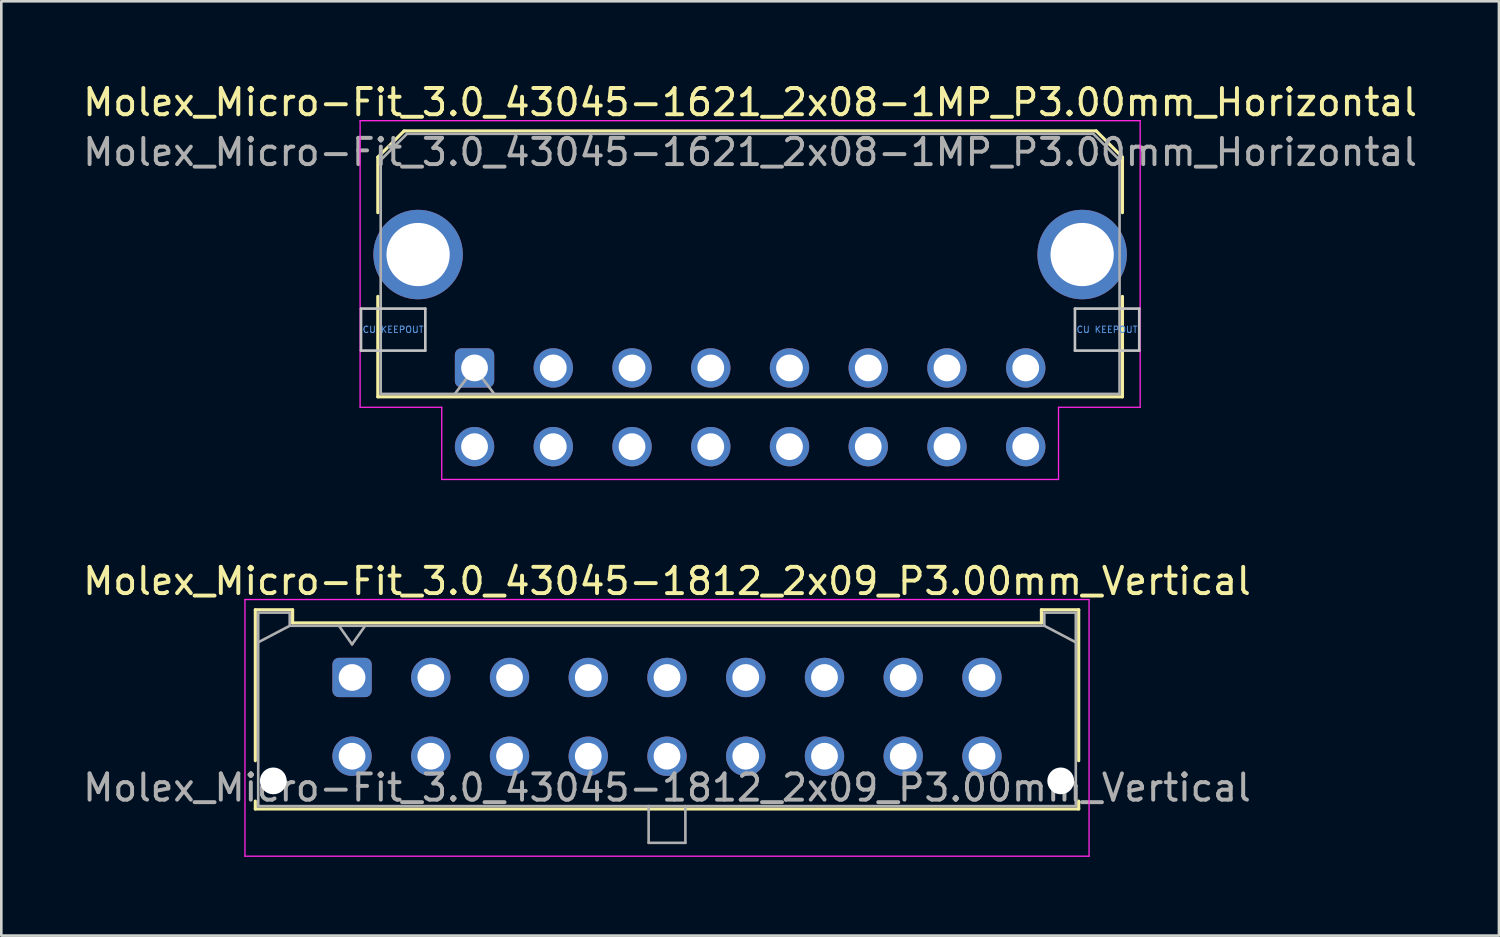
<source format=kicad_pcb>
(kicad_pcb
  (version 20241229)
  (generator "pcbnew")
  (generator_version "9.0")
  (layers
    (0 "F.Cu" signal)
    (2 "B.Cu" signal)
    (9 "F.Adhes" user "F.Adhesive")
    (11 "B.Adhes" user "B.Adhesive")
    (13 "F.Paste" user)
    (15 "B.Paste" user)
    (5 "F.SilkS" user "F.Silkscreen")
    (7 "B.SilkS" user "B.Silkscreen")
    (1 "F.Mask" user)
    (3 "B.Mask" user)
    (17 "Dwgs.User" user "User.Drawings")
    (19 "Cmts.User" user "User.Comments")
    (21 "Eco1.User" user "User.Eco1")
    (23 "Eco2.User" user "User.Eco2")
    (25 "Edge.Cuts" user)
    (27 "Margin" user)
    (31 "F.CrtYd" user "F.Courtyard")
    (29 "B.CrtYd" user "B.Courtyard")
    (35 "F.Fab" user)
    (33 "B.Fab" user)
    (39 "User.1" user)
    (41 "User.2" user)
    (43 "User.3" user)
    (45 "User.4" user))
  (footprint "Molex_Micro-Fit_3.0_43045-1812_2x09_P3.00mm_Vertical"
    (layer "F.Cu")
    (at 10.363 22.762)
    (property "Reference" "Molex_Micro-Fit_3.0_43045-1812_2x09_P3.00mm_Vertical" (at 12 -3.67 0) (layer "F.SilkS") (effects (font (size 1 1) (thickness 0.15))))
    (attr through_hole)
    (fp_line (start -3.685 -2.58) (end -2.265 -2.58) (stroke (width 0.12) (type solid)) (layer "F.SilkS"))
    (fp_line (start -3.685 3.17) (end -3.685 -2.58) (stroke (width 0.12) (type solid)) (layer "F.SilkS"))
    (fp_line (start -3.685 4.71) (end -3.685 5.01) (stroke (width 0.12) (type solid)) (layer "F.SilkS"))
    (fp_line (start -3.685 5.01) (end 27.685 5.01) (stroke (width 0.12) (type solid)) (layer "F.SilkS"))
    (fp_line (start -2.265 -2.58) (end -2.265 -2.08) (stroke (width 0.12) (type solid)) (layer "F.SilkS"))
    (fp_line (start -2.265 -2.08) (end 26.265 -2.08) (stroke (width 0.12) (type solid)) (layer "F.SilkS"))
    (fp_line (start 26.265 -2.58) (end 27.685 -2.58) (stroke (width 0.12) (type solid)) (layer "F.SilkS"))
    (fp_line (start 26.265 -2.08) (end 26.265 -2.58) (stroke (width 0.12) (type solid)) (layer "F.SilkS"))
    (fp_line (start 27.685 -2.58) (end 27.685 3.17) (stroke (width 0.12) (type solid)) (layer "F.SilkS"))
    (fp_line (start 27.685 5.01) (end 27.685 4.71) (stroke (width 0.12) (type solid)) (layer "F.SilkS"))
    (fp_line (start -4.08 -2.97) (end 28.08 -2.97) (stroke (width 0.05) (type solid)) (layer "F.CrtYd"))
    (fp_line (start -4.08 6.81) (end -4.08 -2.97) (stroke (width 0.05) (type solid)) (layer "F.CrtYd"))
    (fp_line (start 28.08 -2.97) (end 28.08 6.81) (stroke (width 0.05) (type solid)) (layer "F.CrtYd"))
    (fp_line (start 28.08 6.81) (end -4.08 6.81) (stroke (width 0.05) (type solid)) (layer "F.CrtYd"))
    (fp_line (start -3.575 -2.47) (end -3.575 4.9) (stroke (width 0.1) (type solid)) (layer "F.Fab"))
    (fp_line (start -3.575 -1.34) (end -2.375 -1.97) (stroke (width 0.1) (type solid)) (layer "F.Fab"))
    (fp_line (start -3.575 4.9) (end 27.575 4.9) (stroke (width 0.1) (type solid)) (layer "F.Fab"))
    (fp_line (start -2.375 -2.47) (end -3.575 -2.47) (stroke (width 0.1) (type solid)) (layer "F.Fab"))
    (fp_line (start -2.375 -1.97) (end -2.375 -2.47) (stroke (width 0.1) (type solid)) (layer "F.Fab"))
    (fp_line (start -0.5 -1.97) (end 0 -1.263) (stroke (width 0.1) (type solid)) (layer "F.Fab"))
    (fp_line (start 0 -1.263) (end 0.5 -1.97) (stroke (width 0.1) (type solid)) (layer "F.Fab"))
    (fp_line (start 11.3 4.9) (end 11.3 6.3) (stroke (width 0.1) (type solid)) (layer "F.Fab"))
    (fp_line (start 11.3 6.3) (end 12.7 6.3) (stroke (width 0.1) (type solid)) (layer "F.Fab"))
    (fp_line (start 12.7 6.3) (end 12.7 4.9) (stroke (width 0.1) (type solid)) (layer "F.Fab"))
    (fp_line (start 26.375 -2.47) (end 26.375 -1.97) (stroke (width 0.1) (type solid)) (layer "F.Fab"))
    (fp_line (start 26.375 -1.97) (end -2.375 -1.97) (stroke (width 0.1) (type solid)) (layer "F.Fab"))
    (fp_line (start 27.575 -2.47) (end 26.375 -2.47) (stroke (width 0.1) (type solid)) (layer "F.Fab"))
    (fp_line (start 27.575 -1.34) (end 26.375 -1.97) (stroke (width 0.1) (type solid)) (layer "F.Fab"))
    (fp_line (start 27.575 4.9) (end 27.575 -2.47) (stroke (width 0.1) (type solid)) (layer "F.Fab"))
    (fp_text user "${REFERENCE}" (at 12 4.2 0) (layer "F.Fab") (effects (font (size 1 1) (thickness 0.15))))
    (pad "" np_thru_hole circle (at -3 3.94) (size 1.02 1.02) (drill 1.02) (layers "*.Cu" "*.Mask"))
    (pad "" np_thru_hole circle (at 27 3.94) (size 1.02 1.02) (drill 1.02) (layers "*.Cu" "*.Mask"))
    (pad "1" thru_hole roundrect (at 0 0) (size 1.5 1.5) (drill 1.02) (layers "*.Cu" "*.Mask") (roundrect_rratio 0.167))
    (pad "2" thru_hole circle (at 3 0) (size 1.5 1.5) (drill 1.02) (layers "*.Cu" "*.Mask"))
    (pad "3" thru_hole circle (at 6 0) (size 1.5 1.5) (drill 1.02) (layers "*.Cu" "*.Mask"))
    (pad "4" thru_hole circle (at 9 0) (size 1.5 1.5) (drill 1.02) (layers "*.Cu" "*.Mask"))
    (pad "5" thru_hole circle (at 12 0) (size 1.5 1.5) (drill 1.02) (layers "*.Cu" "*.Mask"))
    (pad "6" thru_hole circle (at 15 0) (size 1.5 1.5) (drill 1.02) (layers "*.Cu" "*.Mask"))
    (pad "7" thru_hole circle (at 18 0) (size 1.5 1.5) (drill 1.02) (layers "*.Cu" "*.Mask"))
    (pad "8" thru_hole circle (at 21 0) (size 1.5 1.5) (drill 1.02) (layers "*.Cu" "*.Mask"))
    (pad "9" thru_hole circle (at 24 0) (size 1.5 1.5) (drill 1.02) (layers "*.Cu" "*.Mask"))
    (pad "10" thru_hole circle (at 0 3) (size 1.5 1.5) (drill 1.02) (layers "*.Cu" "*.Mask"))
    (pad "11" thru_hole circle (at 3 3) (size 1.5 1.5) (drill 1.02) (layers "*.Cu" "*.Mask"))
    (pad "12" thru_hole circle (at 6 3) (size 1.5 1.5) (drill 1.02) (layers "*.Cu" "*.Mask"))
    (pad "13" thru_hole circle (at 9 3) (size 1.5 1.5) (drill 1.02) (layers "*.Cu" "*.Mask"))
    (pad "14" thru_hole circle (at 12 3) (size 1.5 1.5) (drill 1.02) (layers "*.Cu" "*.Mask"))
    (pad "15" thru_hole circle (at 15 3) (size 1.5 1.5) (drill 1.02) (layers "*.Cu" "*.Mask"))
    (pad "16" thru_hole circle (at 18 3) (size 1.5 1.5) (drill 1.02) (layers "*.Cu" "*.Mask"))
    (pad "17" thru_hole circle (at 21 3) (size 1.5 1.5) (drill 1.02) (layers "*.Cu" "*.Mask"))
    (pad "18" thru_hole circle (at 24 3) (size 1.5 1.5) (drill 1.02) (layers "*.Cu" "*.Mask")))
  (footprint "Molex_Micro-Fit_3.0_43045-1621_2x08-1MP_P3.00mm_Horizontal"
    (layer "F.Cu")
    (at 15.03 10.968)
    (property "Reference" "Molex_Micro-Fit_3.0_43045-1621_2x08-1MP_P3.00mm_Horizontal" (at 10.5 -10.12 0) (layer "F.SilkS") (effects (font (size 1 1) (thickness 0.15))))
    (attr through_hole)
    (fp_line (start -3.685 -8.03) (end -2.685 -9.03) (stroke (width 0.12) (type solid)) (layer "F.SilkS"))
    (fp_line (start -3.685 -5.915) (end -3.685 -8.03) (stroke (width 0.12) (type solid)) (layer "F.SilkS"))
    (fp_line (start -3.685 -2.725) (end -3.685 1.1) (stroke (width 0.12) (type solid)) (layer "F.SilkS"))
    (fp_line (start -3.685 1.1) (end 24.685 1.1) (stroke (width 0.12) (type solid)) (layer "F.SilkS"))
    (fp_line (start -2.685 -9.03) (end 23.685 -9.03) (stroke (width 0.12) (type solid)) (layer "F.SilkS"))
    (fp_line (start 23.685 -9.03) (end 24.685 -8.03) (stroke (width 0.12) (type solid)) (layer "F.SilkS"))
    (fp_line (start 24.685 -8.03) (end 24.685 -5.915) (stroke (width 0.12) (type solid)) (layer "F.SilkS"))
    (fp_line (start 24.685 1.1) (end 24.685 -2.725) (stroke (width 0.12) (type solid)) (layer "F.SilkS"))
    (fp_line (start -4.325 -2.26) (end -4.325 -0.66) (stroke (width 0.1) (type solid)) (layer "Dwgs.User"))
    (fp_line (start -4.325 -0.66) (end -1.875 -0.66) (stroke (width 0.1) (type solid)) (layer "Dwgs.User"))
    (fp_line (start -1.875 -2.26) (end -4.325 -2.26) (stroke (width 0.1) (type solid)) (layer "Dwgs.User"))
    (fp_line (start -1.875 -0.66) (end -1.875 -2.26) (stroke (width 0.1) (type solid)) (layer "Dwgs.User"))
    (fp_line (start 22.875 -2.26) (end 22.875 -0.66) (stroke (width 0.1) (type solid)) (layer "Dwgs.User"))
    (fp_line (start 22.875 -0.66) (end 25.325 -0.66) (stroke (width 0.1) (type solid)) (layer "Dwgs.User"))
    (fp_line (start 25.325 -2.26) (end 22.875 -2.26) (stroke (width 0.1) (type solid)) (layer "Dwgs.User"))
    (fp_line (start 25.325 -0.66) (end 25.325 -2.26) (stroke (width 0.1) (type solid)) (layer "Dwgs.User"))
    (fp_line (start -4.36 -9.42) (end 25.36 -9.42) (stroke (width 0.05) (type solid)) (layer "F.CrtYd"))
    (fp_line (start -4.36 1.5) (end -4.36 -9.42) (stroke (width 0.05) (type solid)) (layer "F.CrtYd"))
    (fp_line (start -1.25 1.5) (end -4.36 1.5) (stroke (width 0.05) (type solid)) (layer "F.CrtYd"))
    (fp_line (start -1.25 4.25) (end -1.25 1.5) (stroke (width 0.05) (type solid)) (layer "F.CrtYd"))
    (fp_line (start 22.25 1.5) (end 22.25 4.25) (stroke (width 0.05) (type solid)) (layer "F.CrtYd"))
    (fp_line (start 22.25 4.25) (end -1.25 4.25) (stroke (width 0.05) (type solid)) (layer "F.CrtYd"))
    (fp_line (start 25.36 -9.42) (end 25.36 1.5) (stroke (width 0.05) (type solid)) (layer "F.CrtYd"))
    (fp_line (start 25.36 1.5) (end 22.25 1.5) (stroke (width 0.05) (type solid)) (layer "F.CrtYd"))
    (fp_line (start -3.575 -7.92) (end -2.575 -8.92) (stroke (width 0.1) (type solid)) (layer "F.Fab"))
    (fp_line (start -3.575 0.99) (end -3.575 -7.92) (stroke (width 0.1) (type solid)) (layer "F.Fab"))
    (fp_line (start -2.575 -8.92) (end 23.575 -8.92) (stroke (width 0.1) (type solid)) (layer "F.Fab"))
    (fp_line (start -0.75 0.99) (end 0 0) (stroke (width 0.1) (type solid)) (layer "F.Fab"))
    (fp_line (start 0 0) (end 0.75 0.99) (stroke (width 0.1) (type solid)) (layer "F.Fab"))
    (fp_line (start 23.575 -8.92) (end 24.575 -7.92) (stroke (width 0.1) (type solid)) (layer "F.Fab"))
    (fp_line (start 24.575 -7.92) (end 24.575 0.99) (stroke (width 0.1) (type solid)) (layer "F.Fab"))
    (fp_line (start 24.575 0.99) (end -3.575 0.99) (stroke (width 0.1) (type solid)) (layer "F.Fab"))
    (fp_text user "CU KEEPOUT" (at -3.1 -1.46 0) (layer "Cmts.User") (effects (font (size 0.245 0.245) (thickness 0.037))))
    (fp_text user "CU KEEPOUT" (at 24.1 -1.46 0) (layer "Cmts.User") (effects (font (size 0.245 0.245) (thickness 0.037))))
    (fp_text user "${REFERENCE}" (at 10.5 -8.22 0) (layer "F.Fab") (effects (font (size 1 1) (thickness 0.15))))
    (pad "1" thru_hole roundrect (at 0 0) (size 1.5 1.5) (drill 1.02) (layers "*.Cu" "*.Mask") (roundrect_rratio 0.167))
    (pad "2" thru_hole circle (at 3 0) (size 1.5 1.5) (drill 1.02) (layers "*.Cu" "*.Mask"))
    (pad "3" thru_hole circle (at 6 0) (size 1.5 1.5) (drill 1.02) (layers "*.Cu" "*.Mask"))
    (pad "4" thru_hole circle (at 9 0) (size 1.5 1.5) (drill 1.02) (layers "*.Cu" "*.Mask"))
    (pad "5" thru_hole circle (at 12 0) (size 1.5 1.5) (drill 1.02) (layers "*.Cu" "*.Mask"))
    (pad "6" thru_hole circle (at 15 0) (size 1.5 1.5) (drill 1.02) (layers "*.Cu" "*.Mask"))
    (pad "7" thru_hole circle (at 18 0) (size 1.5 1.5) (drill 1.02) (layers "*.Cu" "*.Mask"))
    (pad "8" thru_hole circle (at 21 0) (size 1.5 1.5) (drill 1.02) (layers "*.Cu" "*.Mask"))
    (pad "9" thru_hole circle (at 0 3) (size 1.5 1.5) (drill 1.02) (layers "*.Cu" "*.Mask"))
    (pad "10" thru_hole circle (at 3 3) (size 1.5 1.5) (drill 1.02) (layers "*.Cu" "*.Mask"))
    (pad "11" thru_hole circle (at 6 3) (size 1.5 1.5) (drill 1.02) (layers "*.Cu" "*.Mask"))
    (pad "12" thru_hole circle (at 9 3) (size 1.5 1.5) (drill 1.02) (layers "*.Cu" "*.Mask"))
    (pad "13" thru_hole circle (at 12 3) (size 1.5 1.5) (drill 1.02) (layers "*.Cu" "*.Mask"))
    (pad "14" thru_hole circle (at 15 3) (size 1.5 1.5) (drill 1.02) (layers "*.Cu" "*.Mask"))
    (pad "15" thru_hole circle (at 18 3) (size 1.5 1.5) (drill 1.02) (layers "*.Cu" "*.Mask"))
    (pad "16" thru_hole circle (at 21 3) (size 1.5 1.5) (drill 1.02) (layers "*.Cu" "*.Mask"))
    (pad "MP" thru_hole circle (at -2.15 -4.32) (size 3.41 3.41) (drill 2.41) (layers "*.Cu" "*.Mask"))
    (pad "MP" thru_hole circle (at 23.15 -4.32) (size 3.41 3.41) (drill 2.41) (layers "*.Cu" "*.Mask")))
  (gr_rect
    (start -3 -3)
    (end 54.06 32.596)
    (stroke (width 0.1) (type default))
    (fill no)
    (layer "Edge.Cuts")))
</source>
